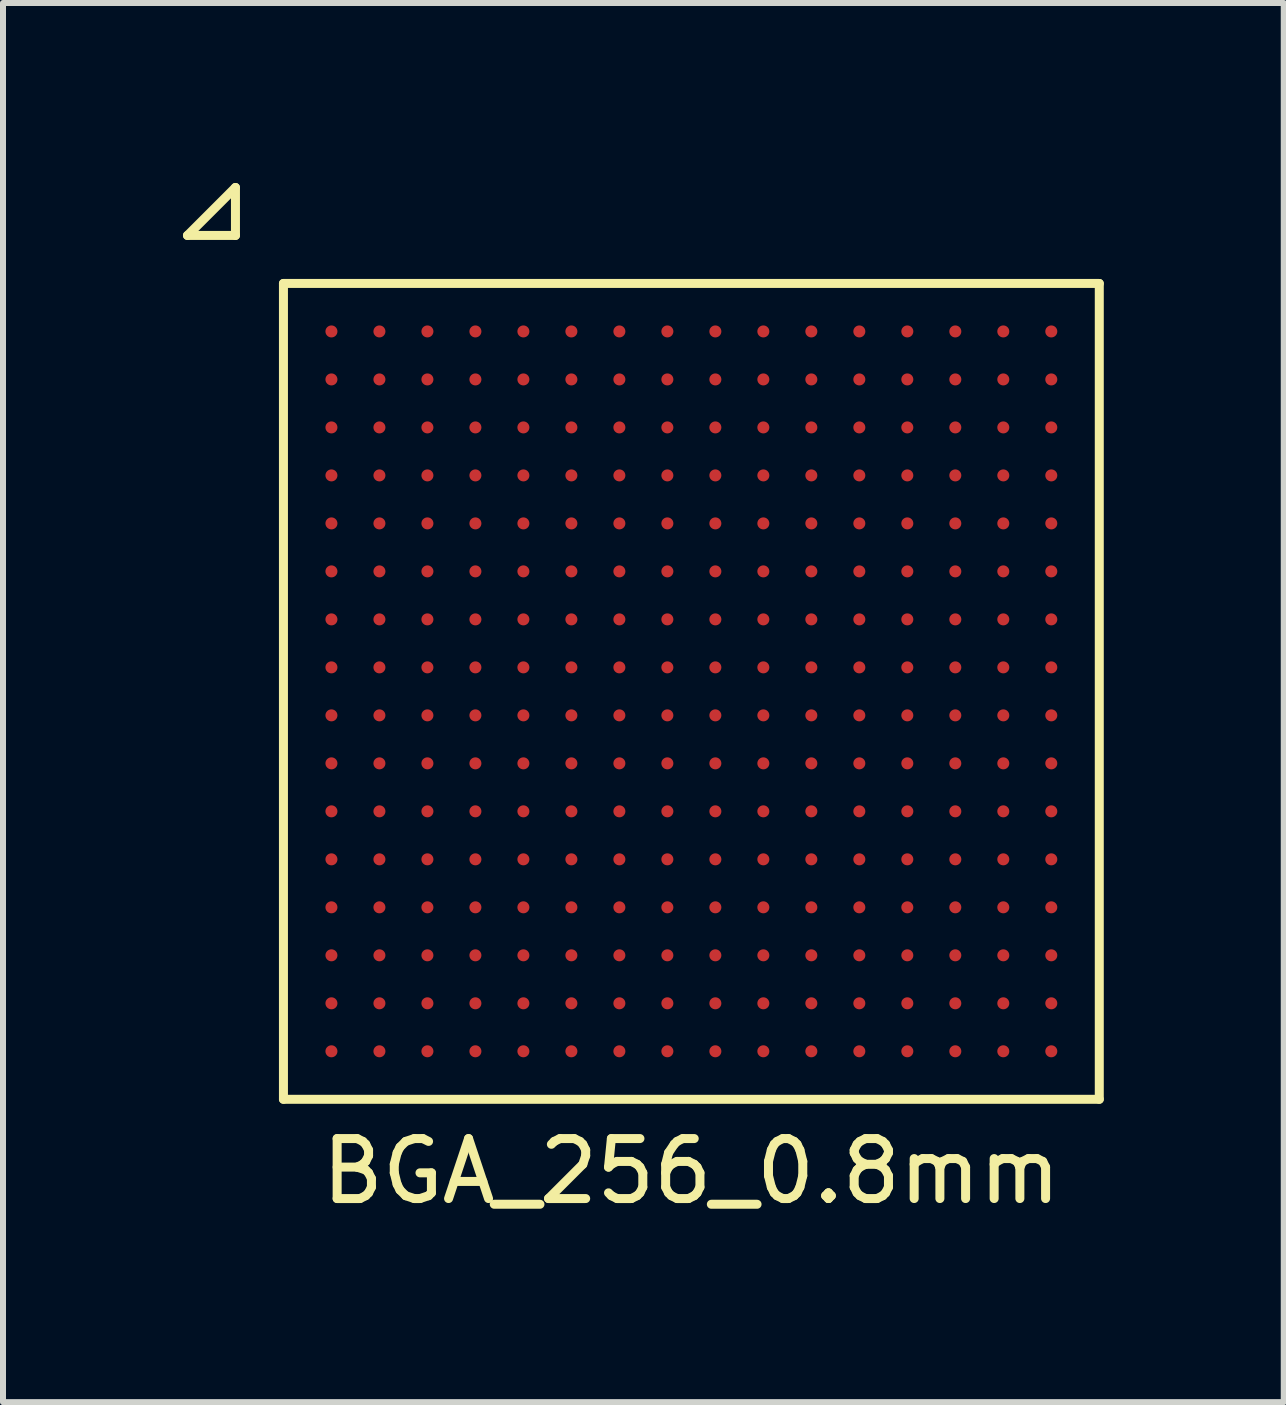
<source format=kicad_pcb>
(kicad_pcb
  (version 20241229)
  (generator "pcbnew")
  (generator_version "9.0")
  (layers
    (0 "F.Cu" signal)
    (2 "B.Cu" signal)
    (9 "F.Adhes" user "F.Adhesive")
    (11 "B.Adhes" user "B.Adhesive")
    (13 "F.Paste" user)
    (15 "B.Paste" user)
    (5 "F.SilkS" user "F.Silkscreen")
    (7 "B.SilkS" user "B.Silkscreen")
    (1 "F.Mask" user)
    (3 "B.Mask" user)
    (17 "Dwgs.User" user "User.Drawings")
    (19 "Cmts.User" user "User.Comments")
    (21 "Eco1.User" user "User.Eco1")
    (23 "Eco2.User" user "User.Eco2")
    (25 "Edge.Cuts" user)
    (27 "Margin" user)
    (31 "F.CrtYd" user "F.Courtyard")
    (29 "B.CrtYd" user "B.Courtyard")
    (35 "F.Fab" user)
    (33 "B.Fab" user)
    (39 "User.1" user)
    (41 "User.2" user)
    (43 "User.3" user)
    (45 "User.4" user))
  (footprint "BGA_256_0.8mm"
    (layer "F.Cu")
    (at 8.475 8.475)
    (property "Reference" "BGA_256_0.8mm" (at 0 8 0) (layer "F.SilkS") (effects (font (size 1 1) (thickness 0.15))))
    (attr through_hole)
    (fp_line (start -8.4 -7.6) (end -7.6 -7.6) (stroke (width 0.15) (type solid)) (layer "F.SilkS"))
    (fp_line (start -7.6 -8.4) (end -8.4 -7.6) (stroke (width 0.15) (type solid)) (layer "F.SilkS"))
    (fp_line (start -7.6 -7.6) (end -7.6 -8.4) (stroke (width 0.15) (type solid)) (layer "F.SilkS"))
    (fp_line (start -6.8 -6.8) (end -6.8 6.8) (stroke (width 0.15) (type solid)) (layer "F.SilkS"))
    (fp_line (start -6.8 6.8) (end 6.8 6.8) (stroke (width 0.15) (type solid)) (layer "F.SilkS"))
    (fp_line (start 6.8 -6.8) (end -6.8 -6.8) (stroke (width 0.15) (type solid)) (layer "F.SilkS"))
    (fp_line (start 6.8 6.8) (end 6.8 -6.8) (stroke (width 0.15) (type solid)) (layer "F.SilkS"))
    (pad "A1" smd circle (at -6 -6) (size 0.2 0.2) (layers "F.Cu" "F.Mask" "F.Paste"))
    (pad "A2" smd circle (at -5.2 -6) (size 0.2 0.2) (layers "F.Cu" "F.Mask" "F.Paste"))
    (pad "A3" smd circle (at -4.4 -6) (size 0.2 0.2) (layers "F.Cu" "F.Mask" "F.Paste"))
    (pad "A4" smd circle (at -3.6 -6) (size 0.2 0.2) (layers "F.Cu" "F.Mask" "F.Paste"))
    (pad "A5" smd circle (at -2.8 -6) (size 0.2 0.2) (layers "F.Cu" "F.Mask" "F.Paste"))
    (pad "A6" smd circle (at -2 -6) (size 0.2 0.2) (layers "F.Cu" "F.Mask" "F.Paste"))
    (pad "A7" smd circle (at -1.2 -6) (size 0.2 0.2) (layers "F.Cu" "F.Mask" "F.Paste"))
    (pad "A8" smd circle (at -0.4 -6) (size 0.2 0.2) (layers "F.Cu" "F.Mask" "F.Paste"))
    (pad "A9" smd circle (at 0.4 -6) (size 0.2 0.2) (layers "F.Cu" "F.Mask" "F.Paste"))
    (pad "A10" smd circle (at 1.2 -6) (size 0.2 0.2) (layers "F.Cu" "F.Mask" "F.Paste"))
    (pad "A11" smd circle (at 2 -6) (size 0.2 0.2) (layers "F.Cu" "F.Mask" "F.Paste"))
    (pad "A12" smd circle (at 2.8 -6) (size 0.2 0.2) (layers "F.Cu" "F.Mask" "F.Paste"))
    (pad "A13" smd circle (at 3.6 -6) (size 0.2 0.2) (layers "F.Cu" "F.Mask" "F.Paste"))
    (pad "A14" smd circle (at 4.4 -6) (size 0.2 0.2) (layers "F.Cu" "F.Mask" "F.Paste"))
    (pad "A15" smd circle (at 5.2 -6) (size 0.2 0.2) (layers "F.Cu" "F.Mask" "F.Paste"))
    (pad "A16" smd circle (at 6 -6) (size 0.2 0.2) (layers "F.Cu" "F.Mask" "F.Paste"))
    (pad "B1" smd circle (at -6 -5.2) (size 0.2 0.2) (layers "F.Cu" "F.Mask" "F.Paste"))
    (pad "B2" smd circle (at -5.2 -5.2) (size 0.2 0.2) (layers "F.Cu" "F.Mask" "F.Paste"))
    (pad "B3" smd circle (at -4.4 -5.2) (size 0.2 0.2) (layers "F.Cu" "F.Mask" "F.Paste"))
    (pad "B4" smd circle (at -3.6 -5.2) (size 0.2 0.2) (layers "F.Cu" "F.Mask" "F.Paste"))
    (pad "B5" smd circle (at -2.8 -5.2) (size 0.2 0.2) (layers "F.Cu" "F.Mask" "F.Paste"))
    (pad "B6" smd circle (at -2 -5.2) (size 0.2 0.2) (layers "F.Cu" "F.Mask" "F.Paste"))
    (pad "B7" smd circle (at -1.2 -5.2) (size 0.2 0.2) (layers "F.Cu" "F.Mask" "F.Paste"))
    (pad "B8" smd circle (at -0.4 -5.2) (size 0.2 0.2) (layers "F.Cu" "F.Mask" "F.Paste"))
    (pad "B9" smd circle (at 0.4 -5.2) (size 0.2 0.2) (layers "F.Cu" "F.Mask" "F.Paste"))
    (pad "B10" smd circle (at 1.2 -5.2) (size 0.2 0.2) (layers "F.Cu" "F.Mask" "F.Paste"))
    (pad "B11" smd circle (at 2 -5.2) (size 0.2 0.2) (layers "F.Cu" "F.Mask" "F.Paste"))
    (pad "B12" smd circle (at 2.8 -5.2) (size 0.2 0.2) (layers "F.Cu" "F.Mask" "F.Paste"))
    (pad "B13" smd circle (at 3.6 -5.2) (size 0.2 0.2) (layers "F.Cu" "F.Mask" "F.Paste"))
    (pad "B14" smd circle (at 4.4 -5.2) (size 0.2 0.2) (layers "F.Cu" "F.Mask" "F.Paste"))
    (pad "B15" smd circle (at 5.2 -5.2) (size 0.2 0.2) (layers "F.Cu" "F.Mask" "F.Paste"))
    (pad "B16" smd circle (at 6 -5.2) (size 0.2 0.2) (layers "F.Cu" "F.Mask" "F.Paste"))
    (pad "C1" smd circle (at -6 -4.4) (size 0.2 0.2) (layers "F.Cu" "F.Mask" "F.Paste"))
    (pad "C2" smd circle (at -5.2 -4.4) (size 0.2 0.2) (layers "F.Cu" "F.Mask" "F.Paste"))
    (pad "C3" smd circle (at -4.4 -4.4) (size 0.2 0.2) (layers "F.Cu" "F.Mask" "F.Paste"))
    (pad "C4" smd circle (at -3.6 -4.4) (size 0.2 0.2) (layers "F.Cu" "F.Mask" "F.Paste"))
    (pad "C5" smd circle (at -2.8 -4.4) (size 0.2 0.2) (layers "F.Cu" "F.Mask" "F.Paste"))
    (pad "C6" smd circle (at -2 -4.4) (size 0.2 0.2) (layers "F.Cu" "F.Mask" "F.Paste"))
    (pad "C7" smd circle (at -1.2 -4.4) (size 0.2 0.2) (layers "F.Cu" "F.Mask" "F.Paste"))
    (pad "C8" smd circle (at -0.4 -4.4) (size 0.2 0.2) (layers "F.Cu" "F.Mask" "F.Paste"))
    (pad "C9" smd circle (at 0.4 -4.4) (size 0.2 0.2) (layers "F.Cu" "F.Mask" "F.Paste"))
    (pad "C10" smd circle (at 1.2 -4.4) (size 0.2 0.2) (layers "F.Cu" "F.Mask" "F.Paste"))
    (pad "C11" smd circle (at 2 -4.4) (size 0.2 0.2) (layers "F.Cu" "F.Mask" "F.Paste"))
    (pad "C12" smd circle (at 2.8 -4.4) (size 0.2 0.2) (layers "F.Cu" "F.Mask" "F.Paste"))
    (pad "C13" smd circle (at 3.6 -4.4) (size 0.2 0.2) (layers "F.Cu" "F.Mask" "F.Paste"))
    (pad "C14" smd circle (at 4.4 -4.4) (size 0.2 0.2) (layers "F.Cu" "F.Mask" "F.Paste"))
    (pad "C15" smd circle (at 5.2 -4.4) (size 0.2 0.2) (layers "F.Cu" "F.Mask" "F.Paste"))
    (pad "C16" smd circle (at 6 -4.4) (size 0.2 0.2) (layers "F.Cu" "F.Mask" "F.Paste"))
    (pad "D1" smd circle (at -6 -3.6) (size 0.2 0.2) (layers "F.Cu" "F.Mask" "F.Paste"))
    (pad "D2" smd circle (at -5.2 -3.6) (size 0.2 0.2) (layers "F.Cu" "F.Mask" "F.Paste"))
    (pad "D3" smd circle (at -4.4 -3.6) (size 0.2 0.2) (layers "F.Cu" "F.Mask" "F.Paste"))
    (pad "D4" smd circle (at -3.6 -3.6) (size 0.2 0.2) (layers "F.Cu" "F.Mask" "F.Paste"))
    (pad "D5" smd circle (at -2.8 -3.6) (size 0.2 0.2) (layers "F.Cu" "F.Mask" "F.Paste"))
    (pad "D6" smd circle (at -2 -3.6) (size 0.2 0.2) (layers "F.Cu" "F.Mask" "F.Paste"))
    (pad "D7" smd circle (at -1.2 -3.6) (size 0.2 0.2) (layers "F.Cu" "F.Mask" "F.Paste"))
    (pad "D8" smd circle (at -0.4 -3.6) (size 0.2 0.2) (layers "F.Cu" "F.Mask" "F.Paste"))
    (pad "D9" smd circle (at 0.4 -3.6) (size 0.2 0.2) (layers "F.Cu" "F.Mask" "F.Paste"))
    (pad "D10" smd circle (at 1.2 -3.6) (size 0.2 0.2) (layers "F.Cu" "F.Mask" "F.Paste"))
    (pad "D11" smd circle (at 2 -3.6) (size 0.2 0.2) (layers "F.Cu" "F.Mask" "F.Paste"))
    (pad "D12" smd circle (at 2.8 -3.6) (size 0.2 0.2) (layers "F.Cu" "F.Mask" "F.Paste"))
    (pad "D13" smd circle (at 3.6 -3.6) (size 0.2 0.2) (layers "F.Cu" "F.Mask" "F.Paste"))
    (pad "D14" smd circle (at 4.4 -3.6) (size 0.2 0.2) (layers "F.Cu" "F.Mask" "F.Paste"))
    (pad "D15" smd circle (at 5.2 -3.6) (size 0.2 0.2) (layers "F.Cu" "F.Mask" "F.Paste"))
    (pad "D16" smd circle (at 6 -3.6) (size 0.2 0.2) (layers "F.Cu" "F.Mask" "F.Paste"))
    (pad "E1" smd circle (at -6 -2.8) (size 0.2 0.2) (layers "F.Cu" "F.Mask" "F.Paste"))
    (pad "E2" smd circle (at -5.2 -2.8) (size 0.2 0.2) (layers "F.Cu" "F.Mask" "F.Paste"))
    (pad "E3" smd circle (at -4.4 -2.8) (size 0.2 0.2) (layers "F.Cu" "F.Mask" "F.Paste"))
    (pad "E4" smd circle (at -3.6 -2.8) (size 0.2 0.2) (layers "F.Cu" "F.Mask" "F.Paste"))
    (pad "E5" smd circle (at -2.8 -2.8) (size 0.2 0.2) (layers "F.Cu" "F.Mask" "F.Paste"))
    (pad "E6" smd circle (at -2 -2.8) (size 0.2 0.2) (layers "F.Cu" "F.Mask" "F.Paste"))
    (pad "E7" smd circle (at -1.2 -2.8) (size 0.2 0.2) (layers "F.Cu" "F.Mask" "F.Paste"))
    (pad "E8" smd circle (at -0.4 -2.8) (size 0.2 0.2) (layers "F.Cu" "F.Mask" "F.Paste"))
    (pad "E9" smd circle (at 0.4 -2.8) (size 0.2 0.2) (layers "F.Cu" "F.Mask" "F.Paste"))
    (pad "E10" smd circle (at 1.2 -2.8) (size 0.2 0.2) (layers "F.Cu" "F.Mask" "F.Paste"))
    (pad "E11" smd circle (at 2 -2.8) (size 0.2 0.2) (layers "F.Cu" "F.Mask" "F.Paste"))
    (pad "E12" smd circle (at 2.8 -2.8) (size 0.2 0.2) (layers "F.Cu" "F.Mask" "F.Paste"))
    (pad "E13" smd circle (at 3.6 -2.8) (size 0.2 0.2) (layers "F.Cu" "F.Mask" "F.Paste"))
    (pad "E14" smd circle (at 4.4 -2.8) (size 0.2 0.2) (layers "F.Cu" "F.Mask" "F.Paste"))
    (pad "E15" smd circle (at 5.2 -2.8) (size 0.2 0.2) (layers "F.Cu" "F.Mask" "F.Paste"))
    (pad "E16" smd circle (at 6 -2.8) (size 0.2 0.2) (layers "F.Cu" "F.Mask" "F.Paste"))
    (pad "F1" smd circle (at -6 -2) (size 0.2 0.2) (layers "F.Cu" "F.Mask" "F.Paste"))
    (pad "F2" smd circle (at -5.2 -2) (size 0.2 0.2) (layers "F.Cu" "F.Mask" "F.Paste"))
    (pad "F3" smd circle (at -4.4 -2) (size 0.2 0.2) (layers "F.Cu" "F.Mask" "F.Paste"))
    (pad "F4" smd circle (at -3.6 -2) (size 0.2 0.2) (layers "F.Cu" "F.Mask" "F.Paste"))
    (pad "F5" smd circle (at -2.8 -2) (size 0.2 0.2) (layers "F.Cu" "F.Mask" "F.Paste"))
    (pad "F6" smd circle (at -2 -2) (size 0.2 0.2) (layers "F.Cu" "F.Mask" "F.Paste"))
    (pad "F7" smd circle (at -1.2 -2) (size 0.2 0.2) (layers "F.Cu" "F.Mask" "F.Paste"))
    (pad "F8" smd circle (at -0.4 -2) (size 0.2 0.2) (layers "F.Cu" "F.Mask" "F.Paste"))
    (pad "F9" smd circle (at 0.4 -2) (size 0.2 0.2) (layers "F.Cu" "F.Mask" "F.Paste"))
    (pad "F10" smd circle (at 1.2 -2) (size 0.2 0.2) (layers "F.Cu" "F.Mask" "F.Paste"))
    (pad "F11" smd circle (at 2 -2) (size 0.2 0.2) (layers "F.Cu" "F.Mask" "F.Paste"))
    (pad "F12" smd circle (at 2.8 -2) (size 0.2 0.2) (layers "F.Cu" "F.Mask" "F.Paste"))
    (pad "F13" smd circle (at 3.6 -2) (size 0.2 0.2) (layers "F.Cu" "F.Mask" "F.Paste"))
    (pad "F14" smd circle (at 4.4 -2) (size 0.2 0.2) (layers "F.Cu" "F.Mask" "F.Paste"))
    (pad "F15" smd circle (at 5.2 -2) (size 0.2 0.2) (layers "F.Cu" "F.Mask" "F.Paste"))
    (pad "F16" smd circle (at 6 -2) (size 0.2 0.2) (layers "F.Cu" "F.Mask" "F.Paste"))
    (pad "G1" smd circle (at -6 -1.2) (size 0.2 0.2) (layers "F.Cu" "F.Mask" "F.Paste"))
    (pad "G2" smd circle (at -5.2 -1.2) (size 0.2 0.2) (layers "F.Cu" "F.Mask" "F.Paste"))
    (pad "G3" smd circle (at -4.4 -1.2) (size 0.2 0.2) (layers "F.Cu" "F.Mask" "F.Paste"))
    (pad "G4" smd circle (at -3.6 -1.2) (size 0.2 0.2) (layers "F.Cu" "F.Mask" "F.Paste"))
    (pad "G5" smd circle (at -2.8 -1.2) (size 0.2 0.2) (layers "F.Cu" "F.Mask" "F.Paste"))
    (pad "G6" smd circle (at -2 -1.2) (size 0.2 0.2) (layers "F.Cu" "F.Mask" "F.Paste"))
    (pad "G7" smd circle (at -1.2 -1.2) (size 0.2 0.2) (layers "F.Cu" "F.Mask" "F.Paste"))
    (pad "G8" smd circle (at -0.4 -1.2) (size 0.2 0.2) (layers "F.Cu" "F.Mask" "F.Paste"))
    (pad "G9" smd circle (at 0.4 -1.2) (size 0.2 0.2) (layers "F.Cu" "F.Mask" "F.Paste"))
    (pad "G10" smd circle (at 1.2 -1.2) (size 0.2 0.2) (layers "F.Cu" "F.Mask" "F.Paste"))
    (pad "G11" smd circle (at 2 -1.2) (size 0.2 0.2) (layers "F.Cu" "F.Mask" "F.Paste"))
    (pad "G12" smd circle (at 2.8 -1.2) (size 0.2 0.2) (layers "F.Cu" "F.Mask" "F.Paste"))
    (pad "G13" smd circle (at 3.6 -1.2) (size 0.2 0.2) (layers "F.Cu" "F.Mask" "F.Paste"))
    (pad "G14" smd circle (at 4.4 -1.2) (size 0.2 0.2) (layers "F.Cu" "F.Mask" "F.Paste"))
    (pad "G15" smd circle (at 5.2 -1.2) (size 0.2 0.2) (layers "F.Cu" "F.Mask" "F.Paste"))
    (pad "G16" smd circle (at 6 -1.2) (size 0.2 0.2) (layers "F.Cu" "F.Mask" "F.Paste"))
    (pad "H1" smd circle (at -6 -0.4) (size 0.2 0.2) (layers "F.Cu" "F.Mask" "F.Paste"))
    (pad "H2" smd circle (at -5.2 -0.4) (size 0.2 0.2) (layers "F.Cu" "F.Mask" "F.Paste"))
    (pad "H3" smd circle (at -4.4 -0.4) (size 0.2 0.2) (layers "F.Cu" "F.Mask" "F.Paste"))
    (pad "H4" smd circle (at -3.6 -0.4) (size 0.2 0.2) (layers "F.Cu" "F.Mask" "F.Paste"))
    (pad "H5" smd circle (at -2.8 -0.4) (size 0.2 0.2) (layers "F.Cu" "F.Mask" "F.Paste"))
    (pad "H6" smd circle (at -2 -0.4) (size 0.2 0.2) (layers "F.Cu" "F.Mask" "F.Paste"))
    (pad "H7" smd circle (at -1.2 -0.4) (size 0.2 0.2) (layers "F.Cu" "F.Mask" "F.Paste"))
    (pad "H8" smd circle (at -0.4 -0.4) (size 0.2 0.2) (layers "F.Cu" "F.Mask" "F.Paste"))
    (pad "H9" smd circle (at 0.4 -0.4) (size 0.2 0.2) (layers "F.Cu" "F.Mask" "F.Paste"))
    (pad "H10" smd circle (at 1.2 -0.4) (size 0.2 0.2) (layers "F.Cu" "F.Mask" "F.Paste"))
    (pad "H11" smd circle (at 2 -0.4) (size 0.2 0.2) (layers "F.Cu" "F.Mask" "F.Paste"))
    (pad "H12" smd circle (at 2.8 -0.4) (size 0.2 0.2) (layers "F.Cu" "F.Mask" "F.Paste"))
    (pad "H13" smd circle (at 3.6 -0.4) (size 0.2 0.2) (layers "F.Cu" "F.Mask" "F.Paste"))
    (pad "H14" smd circle (at 4.4 -0.4) (size 0.2 0.2) (layers "F.Cu" "F.Mask" "F.Paste"))
    (pad "H15" smd circle (at 5.2 -0.4) (size 0.2 0.2) (layers "F.Cu" "F.Mask" "F.Paste"))
    (pad "H16" smd circle (at 6 -0.4) (size 0.2 0.2) (layers "F.Cu" "F.Mask" "F.Paste"))
    (pad "J1" smd circle (at -6 0.4) (size 0.2 0.2) (layers "F.Cu" "F.Mask" "F.Paste"))
    (pad "J2" smd circle (at -5.2 0.4) (size 0.2 0.2) (layers "F.Cu" "F.Mask" "F.Paste"))
    (pad "J3" smd circle (at -4.4 0.4) (size 0.2 0.2) (layers "F.Cu" "F.Mask" "F.Paste"))
    (pad "J4" smd circle (at -3.6 0.4) (size 0.2 0.2) (layers "F.Cu" "F.Mask" "F.Paste"))
    (pad "J5" smd circle (at -2.8 0.4) (size 0.2 0.2) (layers "F.Cu" "F.Mask" "F.Paste"))
    (pad "J6" smd circle (at -2 0.4) (size 0.2 0.2) (layers "F.Cu" "F.Mask" "F.Paste"))
    (pad "J7" smd circle (at -1.2 0.4) (size 0.2 0.2) (layers "F.Cu" "F.Mask" "F.Paste"))
    (pad "J8" smd circle (at -0.4 0.4) (size 0.2 0.2) (layers "F.Cu" "F.Mask" "F.Paste"))
    (pad "J9" smd circle (at 0.4 0.4) (size 0.2 0.2) (layers "F.Cu" "F.Mask" "F.Paste"))
    (pad "J10" smd circle (at 1.2 0.4) (size 0.2 0.2) (layers "F.Cu" "F.Mask" "F.Paste"))
    (pad "J11" smd circle (at 2 0.4) (size 0.2 0.2) (layers "F.Cu" "F.Mask" "F.Paste"))
    (pad "J12" smd circle (at 2.8 0.4) (size 0.2 0.2) (layers "F.Cu" "F.Mask" "F.Paste"))
    (pad "J13" smd circle (at 3.6 0.4) (size 0.2 0.2) (layers "F.Cu" "F.Mask" "F.Paste"))
    (pad "J14" smd circle (at 4.4 0.4) (size 0.2 0.2) (layers "F.Cu" "F.Mask" "F.Paste"))
    (pad "J15" smd circle (at 5.2 0.4) (size 0.2 0.2) (layers "F.Cu" "F.Mask" "F.Paste"))
    (pad "J16" smd circle (at 6 0.4) (size 0.2 0.2) (layers "F.Cu" "F.Mask" "F.Paste"))
    (pad "K1" smd circle (at -6 1.2) (size 0.2 0.2) (layers "F.Cu" "F.Mask" "F.Paste"))
    (pad "K2" smd circle (at -5.2 1.2) (size 0.2 0.2) (layers "F.Cu" "F.Mask" "F.Paste"))
    (pad "K3" smd circle (at -4.4 1.2) (size 0.2 0.2) (layers "F.Cu" "F.Mask" "F.Paste"))
    (pad "K4" smd circle (at -3.6 1.2) (size 0.2 0.2) (layers "F.Cu" "F.Mask" "F.Paste"))
    (pad "K5" smd circle (at -2.8 1.2) (size 0.2 0.2) (layers "F.Cu" "F.Mask" "F.Paste"))
    (pad "K6" smd circle (at -2 1.2) (size 0.2 0.2) (layers "F.Cu" "F.Mask" "F.Paste"))
    (pad "K7" smd circle (at -1.2 1.2) (size 0.2 0.2) (layers "F.Cu" "F.Mask" "F.Paste"))
    (pad "K8" smd circle (at -0.4 1.2) (size 0.2 0.2) (layers "F.Cu" "F.Mask" "F.Paste"))
    (pad "K9" smd circle (at 0.4 1.2) (size 0.2 0.2) (layers "F.Cu" "F.Mask" "F.Paste"))
    (pad "K10" smd circle (at 1.2 1.2) (size 0.2 0.2) (layers "F.Cu" "F.Mask" "F.Paste"))
    (pad "K11" smd circle (at 2 1.2) (size 0.2 0.2) (layers "F.Cu" "F.Mask" "F.Paste"))
    (pad "K12" smd circle (at 2.8 1.2) (size 0.2 0.2) (layers "F.Cu" "F.Mask" "F.Paste"))
    (pad "K13" smd circle (at 3.6 1.2) (size 0.2 0.2) (layers "F.Cu" "F.Mask" "F.Paste"))
    (pad "K14" smd circle (at 4.4 1.2) (size 0.2 0.2) (layers "F.Cu" "F.Mask" "F.Paste"))
    (pad "K15" smd circle (at 5.2 1.2) (size 0.2 0.2) (layers "F.Cu" "F.Mask" "F.Paste"))
    (pad "K16" smd circle (at 6 1.2) (size 0.2 0.2) (layers "F.Cu" "F.Mask" "F.Paste"))
    (pad "L1" smd circle (at -6 2) (size 0.2 0.2) (layers "F.Cu" "F.Mask" "F.Paste"))
    (pad "L2" smd circle (at -5.2 2) (size 0.2 0.2) (layers "F.Cu" "F.Mask" "F.Paste"))
    (pad "L3" smd circle (at -4.4 2) (size 0.2 0.2) (layers "F.Cu" "F.Mask" "F.Paste"))
    (pad "L4" smd circle (at -3.6 2) (size 0.2 0.2) (layers "F.Cu" "F.Mask" "F.Paste"))
    (pad "L5" smd circle (at -2.8 2) (size 0.2 0.2) (layers "F.Cu" "F.Mask" "F.Paste"))
    (pad "L6" smd circle (at -2 2) (size 0.2 0.2) (layers "F.Cu" "F.Mask" "F.Paste"))
    (pad "L7" smd circle (at -1.2 2) (size 0.2 0.2) (layers "F.Cu" "F.Mask" "F.Paste"))
    (pad "L8" smd circle (at -0.4 2) (size 0.2 0.2) (layers "F.Cu" "F.Mask" "F.Paste"))
    (pad "L9" smd circle (at 0.4 2) (size 0.2 0.2) (layers "F.Cu" "F.Mask" "F.Paste"))
    (pad "L10" smd circle (at 1.2 2) (size 0.2 0.2) (layers "F.Cu" "F.Mask" "F.Paste"))
    (pad "L11" smd circle (at 2 2) (size 0.2 0.2) (layers "F.Cu" "F.Mask" "F.Paste"))
    (pad "L12" smd circle (at 2.8 2) (size 0.2 0.2) (layers "F.Cu" "F.Mask" "F.Paste"))
    (pad "L13" smd circle (at 3.6 2) (size 0.2 0.2) (layers "F.Cu" "F.Mask" "F.Paste"))
    (pad "L14" smd circle (at 4.4 2) (size 0.2 0.2) (layers "F.Cu" "F.Mask" "F.Paste"))
    (pad "L15" smd circle (at 5.2 2) (size 0.2 0.2) (layers "F.Cu" "F.Mask" "F.Paste"))
    (pad "L16" smd circle (at 6 2) (size 0.2 0.2) (layers "F.Cu" "F.Mask" "F.Paste"))
    (pad "M1" smd circle (at -6 2.8) (size 0.2 0.2) (layers "F.Cu" "F.Mask" "F.Paste"))
    (pad "M2" smd circle (at -5.2 2.8) (size 0.2 0.2) (layers "F.Cu" "F.Mask" "F.Paste"))
    (pad "M3" smd circle (at -4.4 2.8) (size 0.2 0.2) (layers "F.Cu" "F.Mask" "F.Paste"))
    (pad "M4" smd circle (at -3.6 2.8) (size 0.2 0.2) (layers "F.Cu" "F.Mask" "F.Paste"))
    (pad "M5" smd circle (at -2.8 2.8) (size 0.2 0.2) (layers "F.Cu" "F.Mask" "F.Paste"))
    (pad "M6" smd circle (at -2 2.8) (size 0.2 0.2) (layers "F.Cu" "F.Mask" "F.Paste"))
    (pad "M7" smd circle (at -1.2 2.8) (size 0.2 0.2) (layers "F.Cu" "F.Mask" "F.Paste"))
    (pad "M8" smd circle (at -0.4 2.8) (size 0.2 0.2) (layers "F.Cu" "F.Mask" "F.Paste"))
    (pad "M9" smd circle (at 0.4 2.8) (size 0.2 0.2) (layers "F.Cu" "F.Mask" "F.Paste"))
    (pad "M10" smd circle (at 1.2 2.8) (size 0.2 0.2) (layers "F.Cu" "F.Mask" "F.Paste"))
    (pad "M11" smd circle (at 2 2.8) (size 0.2 0.2) (layers "F.Cu" "F.Mask" "F.Paste"))
    (pad "M12" smd circle (at 2.8 2.8) (size 0.2 0.2) (layers "F.Cu" "F.Mask" "F.Paste"))
    (pad "M13" smd circle (at 3.6 2.8) (size 0.2 0.2) (layers "F.Cu" "F.Mask" "F.Paste"))
    (pad "M14" smd circle (at 4.4 2.8) (size 0.2 0.2) (layers "F.Cu" "F.Mask" "F.Paste"))
    (pad "M15" smd circle (at 5.2 2.8) (size 0.2 0.2) (layers "F.Cu" "F.Mask" "F.Paste"))
    (pad "M16" smd circle (at 6 2.8) (size 0.2 0.2) (layers "F.Cu" "F.Mask" "F.Paste"))
    (pad "N1" smd circle (at -6 3.6) (size 0.2 0.2) (layers "F.Cu" "F.Mask" "F.Paste"))
    (pad "N2" smd circle (at -5.2 3.6) (size 0.2 0.2) (layers "F.Cu" "F.Mask" "F.Paste"))
    (pad "N3" smd circle (at -4.4 3.6) (size 0.2 0.2) (layers "F.Cu" "F.Mask" "F.Paste"))
    (pad "N4" smd circle (at -3.6 3.6) (size 0.2 0.2) (layers "F.Cu" "F.Mask" "F.Paste"))
    (pad "N5" smd circle (at -2.8 3.6) (size 0.2 0.2) (layers "F.Cu" "F.Mask" "F.Paste"))
    (pad "N6" smd circle (at -2 3.6) (size 0.2 0.2) (layers "F.Cu" "F.Mask" "F.Paste"))
    (pad "N7" smd circle (at -1.2 3.6) (size 0.2 0.2) (layers "F.Cu" "F.Mask" "F.Paste"))
    (pad "N8" smd circle (at -0.4 3.6) (size 0.2 0.2) (layers "F.Cu" "F.Mask" "F.Paste"))
    (pad "N9" smd circle (at 0.4 3.6) (size 0.2 0.2) (layers "F.Cu" "F.Mask" "F.Paste"))
    (pad "N10" smd circle (at 1.2 3.6) (size 0.2 0.2) (layers "F.Cu" "F.Mask" "F.Paste"))
    (pad "N11" smd circle (at 2 3.6) (size 0.2 0.2) (layers "F.Cu" "F.Mask" "F.Paste"))
    (pad "N12" smd circle (at 2.8 3.6) (size 0.2 0.2) (layers "F.Cu" "F.Mask" "F.Paste"))
    (pad "N13" smd circle (at 3.6 3.6) (size 0.2 0.2) (layers "F.Cu" "F.Mask" "F.Paste"))
    (pad "N14" smd circle (at 4.4 3.6) (size 0.2 0.2) (layers "F.Cu" "F.Mask" "F.Paste"))
    (pad "N15" smd circle (at 5.2 3.6) (size 0.2 0.2) (layers "F.Cu" "F.Mask" "F.Paste"))
    (pad "N16" smd circle (at 6 3.6) (size 0.2 0.2) (layers "F.Cu" "F.Mask" "F.Paste"))
    (pad "P1" smd circle (at -6 4.4) (size 0.2 0.2) (layers "F.Cu" "F.Mask" "F.Paste"))
    (pad "P2" smd circle (at -5.2 4.4) (size 0.2 0.2) (layers "F.Cu" "F.Mask" "F.Paste"))
    (pad "P3" smd circle (at -4.4 4.4) (size 0.2 0.2) (layers "F.Cu" "F.Mask" "F.Paste"))
    (pad "P4" smd circle (at -3.6 4.4) (size 0.2 0.2) (layers "F.Cu" "F.Mask" "F.Paste"))
    (pad "P5" smd circle (at -2.8 4.4) (size 0.2 0.2) (layers "F.Cu" "F.Mask" "F.Paste"))
    (pad "P6" smd circle (at -2 4.4) (size 0.2 0.2) (layers "F.Cu" "F.Mask" "F.Paste"))
    (pad "P7" smd circle (at -1.2 4.4) (size 0.2 0.2) (layers "F.Cu" "F.Mask" "F.Paste"))
    (pad "P8" smd circle (at -0.4 4.4) (size 0.2 0.2) (layers "F.Cu" "F.Mask" "F.Paste"))
    (pad "P9" smd circle (at 0.4 4.4) (size 0.2 0.2) (layers "F.Cu" "F.Mask" "F.Paste"))
    (pad "P10" smd circle (at 1.2 4.4) (size 0.2 0.2) (layers "F.Cu" "F.Mask" "F.Paste"))
    (pad "P11" smd circle (at 2 4.4) (size 0.2 0.2) (layers "F.Cu" "F.Mask" "F.Paste"))
    (pad "P12" smd circle (at 2.8 4.4) (size 0.2 0.2) (layers "F.Cu" "F.Mask" "F.Paste"))
    (pad "P13" smd circle (at 3.6 4.4) (size 0.2 0.2) (layers "F.Cu" "F.Mask" "F.Paste"))
    (pad "P14" smd circle (at 4.4 4.4) (size 0.2 0.2) (layers "F.Cu" "F.Mask" "F.Paste"))
    (pad "P15" smd circle (at 5.2 4.4) (size 0.2 0.2) (layers "F.Cu" "F.Mask" "F.Paste"))
    (pad "P16" smd circle (at 6 4.4) (size 0.2 0.2) (layers "F.Cu" "F.Mask" "F.Paste"))
    (pad "R1" smd circle (at -6 5.2) (size 0.2 0.2) (layers "F.Cu" "F.Mask" "F.Paste"))
    (pad "R2" smd circle (at -5.2 5.2) (size 0.2 0.2) (layers "F.Cu" "F.Mask" "F.Paste"))
    (pad "R3" smd circle (at -4.4 5.2) (size 0.2 0.2) (layers "F.Cu" "F.Mask" "F.Paste"))
    (pad "R4" smd circle (at -3.6 5.2) (size 0.2 0.2) (layers "F.Cu" "F.Mask" "F.Paste"))
    (pad "R5" smd circle (at -2.8 5.2) (size 0.2 0.2) (layers "F.Cu" "F.Mask" "F.Paste"))
    (pad "R6" smd circle (at -2 5.2) (size 0.2 0.2) (layers "F.Cu" "F.Mask" "F.Paste"))
    (pad "R7" smd circle (at -1.2 5.2) (size 0.2 0.2) (layers "F.Cu" "F.Mask" "F.Paste"))
    (pad "R8" smd circle (at -0.4 5.2) (size 0.2 0.2) (layers "F.Cu" "F.Mask" "F.Paste"))
    (pad "R9" smd circle (at 0.4 5.2) (size 0.2 0.2) (layers "F.Cu" "F.Mask" "F.Paste"))
    (pad "R10" smd circle (at 1.2 5.2) (size 0.2 0.2) (layers "F.Cu" "F.Mask" "F.Paste"))
    (pad "R11" smd circle (at 2 5.2) (size 0.2 0.2) (layers "F.Cu" "F.Mask" "F.Paste"))
    (pad "R12" smd circle (at 2.8 5.2) (size 0.2 0.2) (layers "F.Cu" "F.Mask" "F.Paste"))
    (pad "R13" smd circle (at 3.6 5.2) (size 0.2 0.2) (layers "F.Cu" "F.Mask" "F.Paste"))
    (pad "R14" smd circle (at 4.4 5.2) (size 0.2 0.2) (layers "F.Cu" "F.Mask" "F.Paste"))
    (pad "R15" smd circle (at 5.2 5.2) (size 0.2 0.2) (layers "F.Cu" "F.Mask" "F.Paste"))
    (pad "R16" smd circle (at 6 5.2) (size 0.2 0.2) (layers "F.Cu" "F.Mask" "F.Paste"))
    (pad "T1" smd circle (at -6 6) (size 0.2 0.2) (layers "F.Cu" "F.Mask" "F.Paste"))
    (pad "T2" smd circle (at -5.2 6) (size 0.2 0.2) (layers "F.Cu" "F.Mask" "F.Paste"))
    (pad "T3" smd circle (at -4.4 6) (size 0.2 0.2) (layers "F.Cu" "F.Mask" "F.Paste"))
    (pad "T4" smd circle (at -3.6 6) (size 0.2 0.2) (layers "F.Cu" "F.Mask" "F.Paste"))
    (pad "T5" smd circle (at -2.8 6) (size 0.2 0.2) (layers "F.Cu" "F.Mask" "F.Paste"))
    (pad "T6" smd circle (at -2 6) (size 0.2 0.2) (layers "F.Cu" "F.Mask" "F.Paste"))
    (pad "T7" smd circle (at -1.2 6) (size 0.2 0.2) (layers "F.Cu" "F.Mask" "F.Paste"))
    (pad "T8" smd circle (at -0.4 6) (size 0.2 0.2) (layers "F.Cu" "F.Mask" "F.Paste"))
    (pad "T9" smd circle (at 0.4 6) (size 0.2 0.2) (layers "F.Cu" "F.Mask" "F.Paste"))
    (pad "T10" smd circle (at 1.2 6) (size 0.2 0.2) (layers "F.Cu" "F.Mask" "F.Paste"))
    (pad "T11" smd circle (at 2 6) (size 0.2 0.2) (layers "F.Cu" "F.Mask" "F.Paste"))
    (pad "T12" smd circle (at 2.8 6) (size 0.2 0.2) (layers "F.Cu" "F.Mask" "F.Paste"))
    (pad "T13" smd circle (at 3.6 6) (size 0.2 0.2) (layers "F.Cu" "F.Mask" "F.Paste"))
    (pad "T14" smd circle (at 4.4 6) (size 0.2 0.2) (layers "F.Cu" "F.Mask" "F.Paste"))
    (pad "T15" smd circle (at 5.2 6) (size 0.2 0.2) (layers "F.Cu" "F.Mask" "F.Paste"))
    (pad "T16" smd circle (at 6 6) (size 0.2 0.2) (layers "F.Cu" "F.Mask" "F.Paste")))
  (gr_rect
    (start -3 -3)
    (end 18.35 20.323)
    (stroke (width 0.1) (type default))
    (fill no)
    (layer "Edge.Cuts")))
</source>
